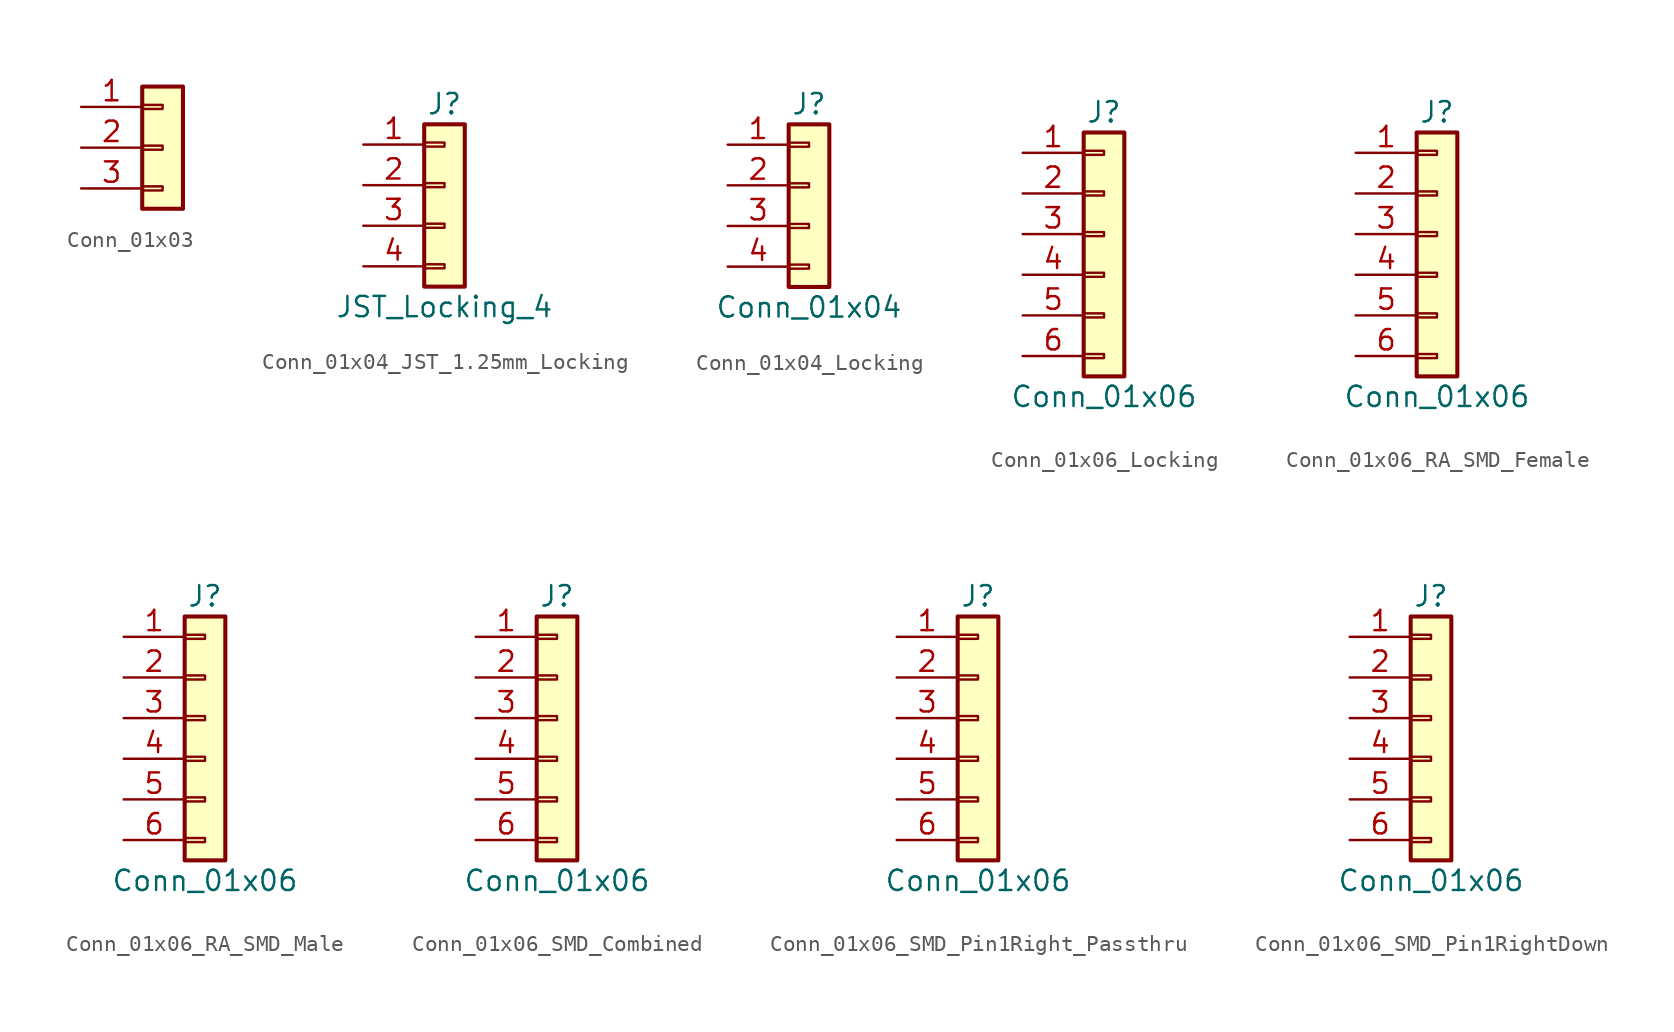
<source format=kicad_sym>
(kicad_symbol_lib
  (version 20231120)
  (generator "kicad_symbol_editor")
  (generator_version "8.0")
  (symbol "Conn_01x03"
    (pin_names
      (offset 1.016) hide)
    (property "Reference" "J"
      (at 0 5.08 0)
      (effects (font (size 1.27 1.27)) (hide yes)))
    (symbol "Conn_01x03_1_1"
      (rectangle (start -1.27 -2.413) (end 0 -2.667) (stroke (width 0.152) (type default)) (fill (type none)))
      (rectangle (start -1.27 0.127) (end 0 -0.127) (stroke (width 0.152) (type default)) (fill (type none)))
      (rectangle (start -1.27 2.667) (end 0 2.413) (stroke (width 0.152) (type default)) (fill (type none)))
      (rectangle (start -1.27 3.81) (end 1.27 -3.81) (stroke (width 0.254) (type default)) (fill (type background)))
      (pin passive line (at -5.08 2.54 0) (length 3.81) (name "Pin_1" (effects (font (size 1.27 1.27)))) (number "1" (effects (font (size 1.27 1.27)))))
      (pin passive line (at -5.08 0 0) (length 3.81) (name "Pin_2" (effects (font (size 1.27 1.27)))) (number "2" (effects (font (size 1.27 1.27)))))
      (pin passive line (at -5.08 -2.54 0) (length 3.81) (name "Pin_3" (effects (font (size 1.27 1.27)))) (number "3" (effects (font (size 1.27 1.27)))))))
  (symbol "Conn_01x04_JST_1.25mm_Locking"
    (pin_names
      (offset 1.016) hide)
    (property "Reference" "J"
      (at 0 5.08 0)
      (effects (font (size 1.27 1.27))))
    (property "Value" "JST_Locking_4"
      (at 0 -7.62 0)
      (effects (font (size 1.27 1.27))))
    (symbol "Conn_01x04_JST_1.25mm_Locking_1_1"
      (rectangle (start -1.27 -4.953) (end 0 -5.207) (stroke (width 0.152) (type default)) (fill (type none)))
      (rectangle (start -1.27 -2.413) (end 0 -2.667) (stroke (width 0.152) (type default)) (fill (type none)))
      (rectangle (start -1.27 0.127) (end 0 -0.127) (stroke (width 0.152) (type default)) (fill (type none)))
      (rectangle (start -1.27 2.667) (end 0 2.413) (stroke (width 0.152) (type default)) (fill (type none)))
      (rectangle (start -1.27 3.81) (end 1.27 -6.35) (stroke (width 0.254) (type default)) (fill (type background)))
      (pin passive line (at -5.08 2.54 0) (length 3.81) (name "Pin_1" (effects (font (size 1.27 1.27)))) (number "1" (effects (font (size 1.27 1.27)))))
      (pin passive line (at -5.08 0 0) (length 3.81) (name "Pin_2" (effects (font (size 1.27 1.27)))) (number "2" (effects (font (size 1.27 1.27)))))
      (pin passive line (at -5.08 -2.54 0) (length 3.81) (name "Pin_3" (effects (font (size 1.27 1.27)))) (number "3" (effects (font (size 1.27 1.27)))))
      (pin passive line (at -5.08 -5.08 0) (length 3.81) (name "Pin_4" (effects (font (size 1.27 1.27)))) (number "4" (effects (font (size 1.27 1.27)))))
      (pin no_connect line (at 6.35 -6.35 90) (length 5.08) hide (name "NC" (effects (font (size 1.27 1.27)))) (number "NC1" (effects (font (size 1.27 1.27)))))
      (pin no_connect line (at 3.81 -6.35 90) (length 5.08) hide (name "NC" (effects (font (size 1.27 1.27)))) (number "NC2" (effects (font (size 1.27 1.27)))))))
  (symbol "Conn_01x04_Locking"
    (pin_names
      (offset 1.016) hide)
    (property "Reference" "J"
      (at 0 5.08 0)
      (effects (font (size 1.27 1.27))))
    (property "Value" "Conn_01x04"
      (at 0 -7.62 0)
      (effects (font (size 1.27 1.27))))
    (symbol "Conn_01x04_Locking_1_1"
      (rectangle (start -1.27 -4.953) (end 0 -5.207) (stroke (width 0.152) (type default)) (fill (type none)))
      (rectangle (start -1.27 -2.413) (end 0 -2.667) (stroke (width 0.152) (type default)) (fill (type none)))
      (rectangle (start -1.27 0.127) (end 0 -0.127) (stroke (width 0.152) (type default)) (fill (type none)))
      (rectangle (start -1.27 2.667) (end 0 2.413) (stroke (width 0.152) (type default)) (fill (type none)))
      (rectangle (start -1.27 3.81) (end 1.27 -6.35) (stroke (width 0.254) (type default)) (fill (type background)))
      (pin passive line (at -5.08 2.54 0) (length 3.81) (name "Pin_1" (effects (font (size 1.27 1.27)))) (number "1" (effects (font (size 1.27 1.27)))))
      (pin passive line (at -5.08 0 0) (length 3.81) (name "Pin_2" (effects (font (size 1.27 1.27)))) (number "2" (effects (font (size 1.27 1.27)))))
      (pin passive line (at -5.08 -2.54 0) (length 3.81) (name "Pin_3" (effects (font (size 1.27 1.27)))) (number "3" (effects (font (size 1.27 1.27)))))
      (pin passive line (at -5.08 -5.08 0) (length 3.81) (name "Pin_4" (effects (font (size 1.27 1.27)))) (number "4" (effects (font (size 1.27 1.27)))))))
  (symbol "Conn_01x06_Locking"
    (pin_names
      (offset 1.016) hide)
    (property "Reference" "J"
      (at 0 7.62 0)
      (effects (font (size 1.27 1.27))))
    (property "Value" "Conn_01x06"
      (at 0 -10.16 0)
      (effects (font (size 1.27 1.27))))
    (symbol "Conn_01x06_Locking_1_1"
      (rectangle (start -1.27 -7.493) (end 0 -7.747) (stroke (width 0.152) (type default)) (fill (type none)))
      (rectangle (start -1.27 -4.953) (end 0 -5.207) (stroke (width 0.152) (type default)) (fill (type none)))
      (rectangle (start -1.27 -2.413) (end 0 -2.667) (stroke (width 0.152) (type default)) (fill (type none)))
      (rectangle (start -1.27 0.127) (end 0 -0.127) (stroke (width 0.152) (type default)) (fill (type none)))
      (rectangle (start -1.27 2.667) (end 0 2.413) (stroke (width 0.152) (type default)) (fill (type none)))
      (rectangle (start -1.27 5.207) (end 0 4.953) (stroke (width 0.152) (type default)) (fill (type none)))
      (rectangle (start -1.27 6.35) (end 1.27 -8.89) (stroke (width 0.254) (type default)) (fill (type background)))
      (pin passive line (at -5.08 5.08 0) (length 3.81) (name "Pin_1" (effects (font (size 1.27 1.27)))) (number "1" (effects (font (size 1.27 1.27)))))
      (pin passive line (at -5.08 2.54 0) (length 3.81) (name "Pin_2" (effects (font (size 1.27 1.27)))) (number "2" (effects (font (size 1.27 1.27)))))
      (pin passive line (at -5.08 0 0) (length 3.81) (name "Pin_3" (effects (font (size 1.27 1.27)))) (number "3" (effects (font (size 1.27 1.27)))))
      (pin passive line (at -5.08 -2.54 0) (length 3.81) (name "Pin_4" (effects (font (size 1.27 1.27)))) (number "4" (effects (font (size 1.27 1.27)))))
      (pin passive line (at -5.08 -5.08 0) (length 3.81) (name "Pin_5" (effects (font (size 1.27 1.27)))) (number "5" (effects (font (size 1.27 1.27)))))
      (pin passive line (at -5.08 -7.62 0) (length 3.81) (name "Pin_6" (effects (font (size 1.27 1.27)))) (number "6" (effects (font (size 1.27 1.27)))))))
  (symbol "Conn_01x06_RA_SMD_Female"
    (pin_names
      (offset 1.016) hide)
    (property "Reference" "J"
      (at 0 7.62 0)
      (effects (font (size 1.27 1.27))))
    (property "Value" "Conn_01x06"
      (at 0 -10.16 0)
      (effects (font (size 1.27 1.27))))
    (symbol "Conn_01x06_RA_SMD_Female_1_1"
      (rectangle (start -1.27 -7.493) (end 0 -7.747) (stroke (width 0.152) (type default)) (fill (type none)))
      (rectangle (start -1.27 -4.953) (end 0 -5.207) (stroke (width 0.152) (type default)) (fill (type none)))
      (rectangle (start -1.27 -2.413) (end 0 -2.667) (stroke (width 0.152) (type default)) (fill (type none)))
      (rectangle (start -1.27 0.127) (end 0 -0.127) (stroke (width 0.152) (type default)) (fill (type none)))
      (rectangle (start -1.27 2.667) (end 0 2.413) (stroke (width 0.152) (type default)) (fill (type none)))
      (rectangle (start -1.27 5.207) (end 0 4.953) (stroke (width 0.152) (type default)) (fill (type none)))
      (rectangle (start -1.27 6.35) (end 1.27 -8.89) (stroke (width 0.254) (type default)) (fill (type background)))
      (pin passive line (at -5.08 5.08 0) (length 3.81) (name "Pin_1" (effects (font (size 1.27 1.27)))) (number "1" (effects (font (size 1.27 1.27)))))
      (pin passive line (at -5.08 2.54 0) (length 3.81) (name "Pin_2" (effects (font (size 1.27 1.27)))) (number "2" (effects (font (size 1.27 1.27)))))
      (pin passive line (at -5.08 0 0) (length 3.81) (name "Pin_3" (effects (font (size 1.27 1.27)))) (number "3" (effects (font (size 1.27 1.27)))))
      (pin passive line (at -5.08 -2.54 0) (length 3.81) (name "Pin_4" (effects (font (size 1.27 1.27)))) (number "4" (effects (font (size 1.27 1.27)))))
      (pin passive line (at -5.08 -5.08 0) (length 3.81) (name "Pin_5" (effects (font (size 1.27 1.27)))) (number "5" (effects (font (size 1.27 1.27)))))
      (pin passive line (at -5.08 -7.62 0) (length 3.81) (name "Pin_6" (effects (font (size 1.27 1.27)))) (number "6" (effects (font (size 1.27 1.27)))))))
  (symbol "Conn_01x06_RA_SMD_Male"
    (pin_names
      (offset 1.016) hide)
    (property "Reference" "J"
      (at 0 7.62 0)
      (effects (font (size 1.27 1.27))))
    (property "Value" "Conn_01x06"
      (at 0 -10.16 0)
      (effects (font (size 1.27 1.27))))
    (symbol "Conn_01x06_RA_SMD_Male_1_1"
      (rectangle (start -1.27 -7.493) (end 0 -7.747) (stroke (width 0.152) (type default)) (fill (type none)))
      (rectangle (start -1.27 -4.953) (end 0 -5.207) (stroke (width 0.152) (type default)) (fill (type none)))
      (rectangle (start -1.27 -2.413) (end 0 -2.667) (stroke (width 0.152) (type default)) (fill (type none)))
      (rectangle (start -1.27 0.127) (end 0 -0.127) (stroke (width 0.152) (type default)) (fill (type none)))
      (rectangle (start -1.27 2.667) (end 0 2.413) (stroke (width 0.152) (type default)) (fill (type none)))
      (rectangle (start -1.27 5.207) (end 0 4.953) (stroke (width 0.152) (type default)) (fill (type none)))
      (rectangle (start -1.27 6.35) (end 1.27 -8.89) (stroke (width 0.254) (type default)) (fill (type background)))
      (pin passive line (at -5.08 5.08 0) (length 3.81) (name "Pin_1" (effects (font (size 1.27 1.27)))) (number "1" (effects (font (size 1.27 1.27)))))
      (pin passive line (at -5.08 2.54 0) (length 3.81) (name "Pin_2" (effects (font (size 1.27 1.27)))) (number "2" (effects (font (size 1.27 1.27)))))
      (pin passive line (at -5.08 0 0) (length 3.81) (name "Pin_3" (effects (font (size 1.27 1.27)))) (number "3" (effects (font (size 1.27 1.27)))))
      (pin passive line (at -5.08 -2.54 0) (length 3.81) (name "Pin_4" (effects (font (size 1.27 1.27)))) (number "4" (effects (font (size 1.27 1.27)))))
      (pin passive line (at -5.08 -5.08 0) (length 3.81) (name "Pin_5" (effects (font (size 1.27 1.27)))) (number "5" (effects (font (size 1.27 1.27)))))
      (pin passive line (at -5.08 -7.62 0) (length 3.81) (name "Pin_6" (effects (font (size 1.27 1.27)))) (number "6" (effects (font (size 1.27 1.27)))))))
  (symbol "Conn_01x06_SMD_Combined"
    (pin_names
      (offset 1.016) hide)
    (property "Reference" "J"
      (at 0 7.62 0)
      (effects (font (size 1.27 1.27))))
    (property "Value" "Conn_01x06"
      (at 0 -10.16 0)
      (effects (font (size 1.27 1.27))))
    (symbol "Conn_01x06_SMD_Combined_1_1"
      (rectangle (start -1.27 -7.493) (end 0 -7.747) (stroke (width 0.152) (type default)) (fill (type none)))
      (rectangle (start -1.27 -4.953) (end 0 -5.207) (stroke (width 0.152) (type default)) (fill (type none)))
      (rectangle (start -1.27 -2.413) (end 0 -2.667) (stroke (width 0.152) (type default)) (fill (type none)))
      (rectangle (start -1.27 0.127) (end 0 -0.127) (stroke (width 0.152) (type default)) (fill (type none)))
      (rectangle (start -1.27 2.667) (end 0 2.413) (stroke (width 0.152) (type default)) (fill (type none)))
      (rectangle (start -1.27 5.207) (end 0 4.953) (stroke (width 0.152) (type default)) (fill (type none)))
      (rectangle (start -1.27 6.35) (end 1.27 -8.89) (stroke (width 0.254) (type default)) (fill (type background)))
      (pin passive line (at -5.08 5.08 0) (length 3.81) (name "Pin_1" (effects (font (size 1.27 1.27)))) (number "1" (effects (font (size 1.27 1.27)))))
      (pin passive line (at -5.08 2.54 0) (length 3.81) (name "Pin_2" (effects (font (size 1.27 1.27)))) (number "2" (effects (font (size 1.27 1.27)))))
      (pin passive line (at -5.08 0 0) (length 3.81) (name "Pin_3" (effects (font (size 1.27 1.27)))) (number "3" (effects (font (size 1.27 1.27)))))
      (pin passive line (at -5.08 -2.54 0) (length 3.81) (name "Pin_4" (effects (font (size 1.27 1.27)))) (number "4" (effects (font (size 1.27 1.27)))))
      (pin passive line (at -5.08 -5.08 0) (length 3.81) (name "Pin_5" (effects (font (size 1.27 1.27)))) (number "5" (effects (font (size 1.27 1.27)))))
      (pin passive line (at -5.08 -7.62 0) (length 3.81) (name "Pin_6" (effects (font (size 1.27 1.27)))) (number "6" (effects (font (size 1.27 1.27)))))))
  (symbol "Conn_01x06_SMD_Pin1Right_Passthru"
    (pin_names
      (offset 1.016) hide)
    (property "Reference" "J"
      (at 0 7.62 0)
      (effects (font (size 1.27 1.27))))
    (property "Value" "Conn_01x06"
      (at 0 -10.16 0)
      (effects (font (size 1.27 1.27))))
    (symbol "Conn_01x06_SMD_Pin1Right_Passthru_1_1"
      (rectangle (start -1.27 -7.493) (end 0 -7.747) (stroke (width 0.152) (type default)) (fill (type none)))
      (rectangle (start -1.27 -4.953) (end 0 -5.207) (stroke (width 0.152) (type default)) (fill (type none)))
      (rectangle (start -1.27 -2.413) (end 0 -2.667) (stroke (width 0.152) (type default)) (fill (type none)))
      (rectangle (start -1.27 0.127) (end 0 -0.127) (stroke (width 0.152) (type default)) (fill (type none)))
      (rectangle (start -1.27 2.667) (end 0 2.413) (stroke (width 0.152) (type default)) (fill (type none)))
      (rectangle (start -1.27 5.207) (end 0 4.953) (stroke (width 0.152) (type default)) (fill (type none)))
      (rectangle (start -1.27 6.35) (end 1.27 -8.89) (stroke (width 0.254) (type default)) (fill (type background)))
      (pin passive line (at -5.08 5.08 0) (length 3.81) (name "Pin_1" (effects (font (size 1.27 1.27)))) (number "1" (effects (font (size 1.27 1.27)))))
      (pin passive line (at -5.08 2.54 0) (length 3.81) (name "Pin_2" (effects (font (size 1.27 1.27)))) (number "2" (effects (font (size 1.27 1.27)))))
      (pin passive line (at -5.08 0 0) (length 3.81) (name "Pin_3" (effects (font (size 1.27 1.27)))) (number "3" (effects (font (size 1.27 1.27)))))
      (pin passive line (at -5.08 -2.54 0) (length 3.81) (name "Pin_4" (effects (font (size 1.27 1.27)))) (number "4" (effects (font (size 1.27 1.27)))))
      (pin passive line (at -5.08 -5.08 0) (length 3.81) (name "Pin_5" (effects (font (size 1.27 1.27)))) (number "5" (effects (font (size 1.27 1.27)))))
      (pin passive line (at -5.08 -7.62 0) (length 3.81) (name "Pin_6" (effects (font (size 1.27 1.27)))) (number "6" (effects (font (size 1.27 1.27)))))))
  (symbol "Conn_01x06_SMD_Pin1RightDown"
    (pin_names
      (offset 1.016) hide)
    (property "Reference" "J"
      (at 0 7.62 0)
      (effects (font (size 1.27 1.27))))
    (property "Value" "Conn_01x06"
      (at 0 -10.16 0)
      (effects (font (size 1.27 1.27))))
    (symbol "Conn_01x06_SMD_Pin1RightDown_1_1"
      (rectangle (start -1.27 -7.493) (end 0 -7.747) (stroke (width 0.152) (type default)) (fill (type none)))
      (rectangle (start -1.27 -4.953) (end 0 -5.207) (stroke (width 0.152) (type default)) (fill (type none)))
      (rectangle (start -1.27 -2.413) (end 0 -2.667) (stroke (width 0.152) (type default)) (fill (type none)))
      (rectangle (start -1.27 0.127) (end 0 -0.127) (stroke (width 0.152) (type default)) (fill (type none)))
      (rectangle (start -1.27 2.667) (end 0 2.413) (stroke (width 0.152) (type default)) (fill (type none)))
      (rectangle (start -1.27 5.207) (end 0 4.953) (stroke (width 0.152) (type default)) (fill (type none)))
      (rectangle (start -1.27 6.35) (end 1.27 -8.89) (stroke (width 0.254) (type default)) (fill (type background)))
      (pin passive line (at -5.08 5.08 0) (length 3.81) (name "Pin_1" (effects (font (size 1.27 1.27)))) (number "1" (effects (font (size 1.27 1.27)))))
      (pin passive line (at -5.08 2.54 0) (length 3.81) (name "Pin_2" (effects (font (size 1.27 1.27)))) (number "2" (effects (font (size 1.27 1.27)))))
      (pin passive line (at -5.08 0 0) (length 3.81) (name "Pin_3" (effects (font (size 1.27 1.27)))) (number "3" (effects (font (size 1.27 1.27)))))
      (pin passive line (at -5.08 -2.54 0) (length 3.81) (name "Pin_4" (effects (font (size 1.27 1.27)))) (number "4" (effects (font (size 1.27 1.27)))))
      (pin passive line (at -5.08 -5.08 0) (length 3.81) (name "Pin_5" (effects (font (size 1.27 1.27)))) (number "5" (effects (font (size 1.27 1.27)))))
      (pin passive line (at -5.08 -7.62 0) (length 3.81) (name "Pin_6" (effects (font (size 1.27 1.27)))) (number "6" (effects (font (size 1.27 1.27))))))))
</source>
